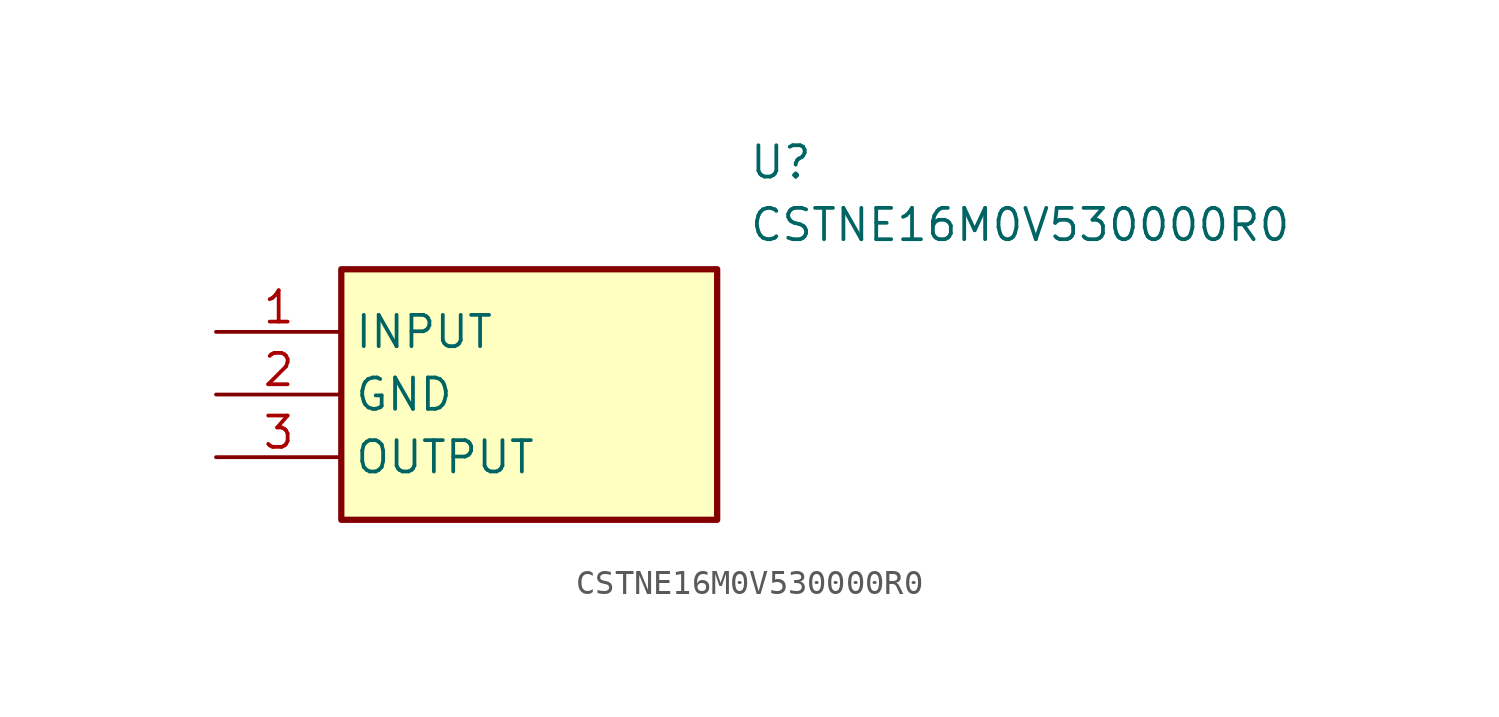
<source format=kicad_sym>
(kicad_symbol_lib
  (version 20211014)
  (generator SamacSys_ECAD_Model)
  (symbol "CSTNE16M0V530000R0"
    (property "Reference" "U"
      (at 21.59 7.62 0)
      (effects (font (size 1.27 1.27)) (justify left top)))
    (property "Value" "CSTNE16M0V530000R0"
      (at 21.59 5.08 0)
      (effects (font (size 1.27 1.27)) (justify left top)))
    (rectangle
      (start 5.08 2.54)
      (end 20.32 -7.62)
      (stroke (width 0.254) (type default))
      (fill (type background)))
    (pin passive line
      (at 0 0 0)
      (length 5.08)
      (name "INPUT" (effects (font (size 1.27 1.27))))
      (number "1" (effects (font (size 1.27 1.27)))))
    (pin passive line
      (at 0 -2.54 0)
      (length 5.08)
      (name "GND" (effects (font (size 1.27 1.27))))
      (number "2" (effects (font (size 1.27 1.27)))))
    (pin passive line
      (at 0 -5.08 0)
      (length 5.08)
      (name "OUTPUT" (effects (font (size 1.27 1.27))))
      (number "3" (effects (font (size 1.27 1.27)))))))
</source>
